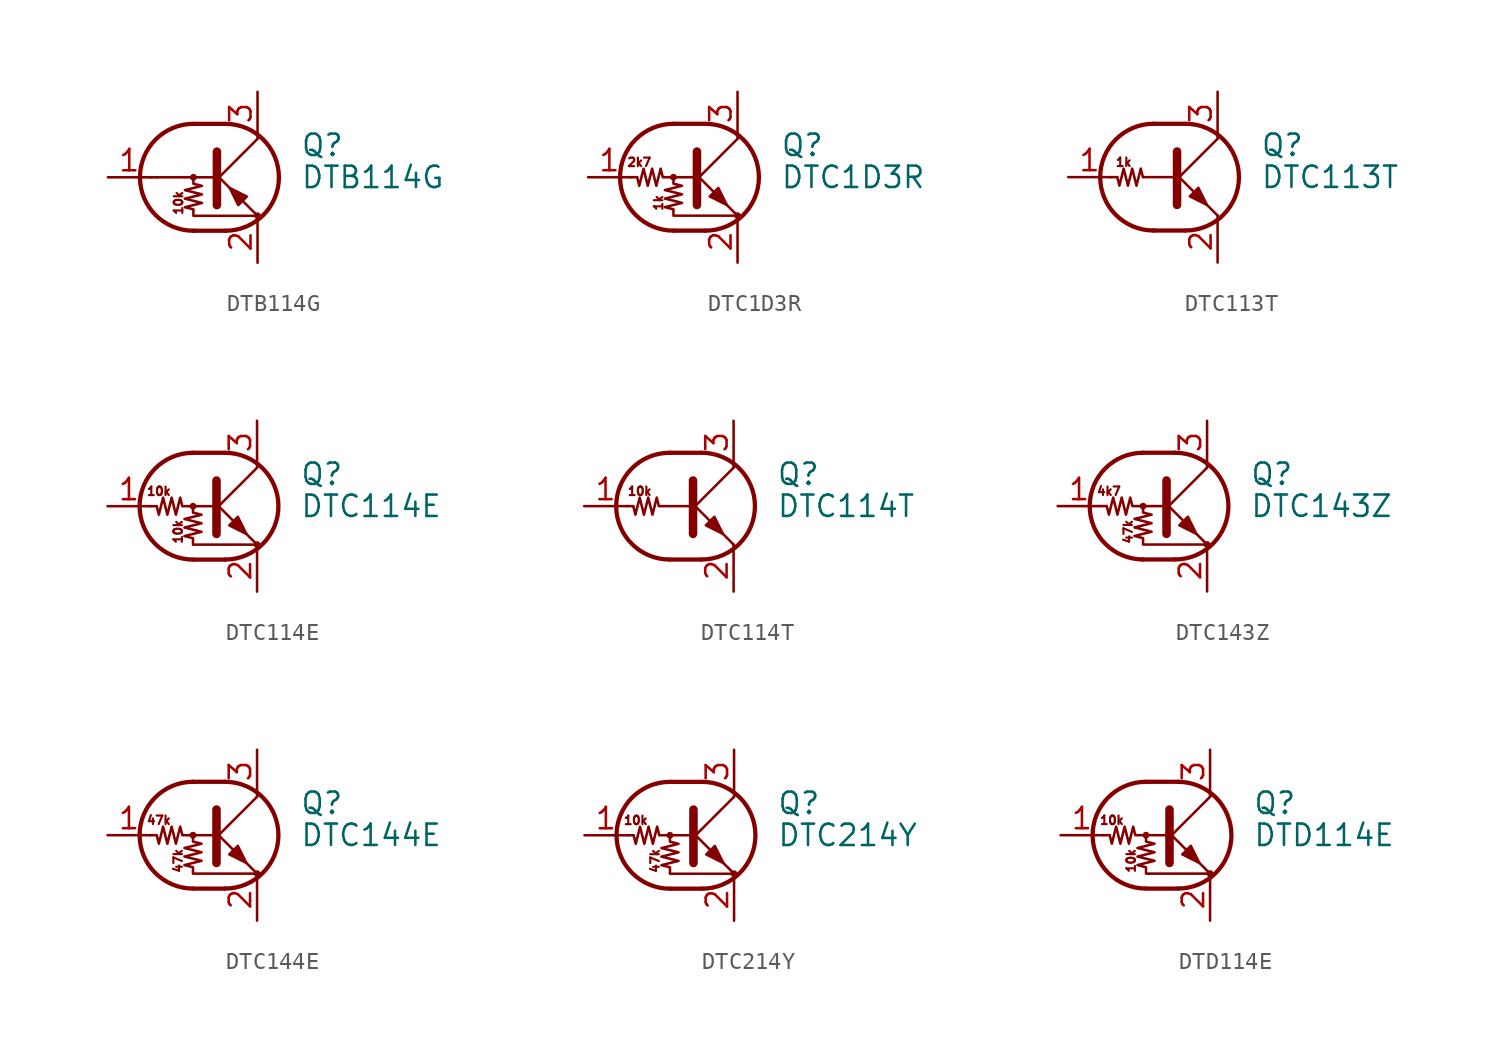
<source format=kicad_sym>
(kicad_symbol_lib
  (version 20220914)
  (generator kicad_symbol_editor)
  (symbol "DTB114G"
    (pin_names
      (offset 0) hide)
    (property "Reference" "Q"
      (at 5.08 1.905 0)
      (effects (font (size 1.27 1.27)) (justify left)))
    (property "Value" "DTB114G"
      (at 5.08 0 0)
      (effects (font (size 1.27 1.27)) (justify left)))
    (symbol "DTB114G_0_0"
      (polyline (pts (xy -3.429 0) (xy 0 0)) (stroke (width 0) (type default)) (fill (type none)))
      (text "10k" (at -2.159 -1.524 900) (effects (font (size 0.508 0.508)))))
    (symbol "DTB114G_0_1"
      (circle (center -1.27 0) (radius 0.127) (stroke (width 0) (type default)) (fill (type none)))
      (arc (start -1.27 3.175) (mid -4.4312 0) (end -1.27 -3.175) (stroke (width 0.254) (type default)) (fill (type none)))
      (polyline (pts (xy -3.429 0) (xy -3.81 0)) (stroke (width 0) (type default)) (fill (type none)))
      (polyline (pts (xy -1.27 -3.175) (xy 0.635 -3.175)) (stroke (width 0.254) (type default)) (fill (type none)))
      (polyline (pts (xy -1.27 3.175) (xy 0.635 3.175)) (stroke (width 0.254) (type default)) (fill (type none)))
      (polyline (pts (xy 0 -0.254) (xy 2.54 2.286)) (stroke (width 0) (type default)) (fill (type none)))
      (polyline (pts (xy 0.127 1.524) (xy 0.127 -1.651)) (stroke (width 0.508) (type default)) (fill (type outline)))
      (polyline (pts (xy 2.54 2.286) (xy 2.54 2.54)) (stroke (width 0) (type default)) (fill (type none)))
      (polyline (pts (xy 2.54 -2.286) (xy 0 0.254) (xy 0 0.254)) (stroke (width 0) (type default)) (fill (type none)))
      (polyline (pts (xy 1.397 -1.651) (xy 1.905 -1.143) (xy 0.889 -0.635) (xy 1.397 -1.651)) (stroke (width 0) (type default)) (fill (type outline)))
      (polyline (pts (xy -1.27 0) (xy -1.27 -0.381) (xy -0.762 -0.508) (xy -1.778 -0.762) (xy -0.762 -1.016) (xy -1.778 -1.27) (xy -0.762 -1.524) (xy -1.778 -1.778) (xy -1.27 -1.905) (xy -1.27 -2.286) (xy 2.54 -2.286)) (stroke (width 0) (type default)) (fill (type none)))
      (arc (start 0.635 -3.175) (mid 3.7962 0) (end 0.635 3.175) (stroke (width 0.254) (type default)) (fill (type none)))
      (circle (center 2.54 -2.286) (radius 0.127) (stroke (width 0) (type default)) (fill (type none))))
    (symbol "DTB114G_1_1"
      (pin input line (at -6.35 0 0) (length 2.54) (name "B" (effects (font (size 1.27 1.27)))) (number "1" (effects (font (size 1.27 1.27)))))
      (pin passive line (at 2.54 -5.08 90) (length 2.54) (name "E" (effects (font (size 1.27 1.27)))) (number "2" (effects (font (size 1.27 1.27)))))
      (pin passive line (at 2.54 5.08 270) (length 2.54) (name "C" (effects (font (size 1.27 1.27)))) (number "3" (effects (font (size 1.27 1.27)))))))
  (symbol "DTC1D3R"
    (pin_names
      (offset 0) hide)
    (property "Reference" "Q"
      (at 5.08 1.905 0)
      (effects (font (size 1.27 1.27)) (justify left)))
    (property "Value" "DTC1D3R"
      (at 5.08 0 0)
      (effects (font (size 1.27 1.27)) (justify left)))
    (symbol "DTC1D3R_0_0"
      (text "1k" (at -2.159 -1.524 900) (effects (font (size 0.508 0.508))))
      (text "2k7" (at -3.302 0.889 0) (effects (font (size 0.508 0.508)))))
    (symbol "DTC1D3R_0_1"
      (circle (center -1.27 0) (radius 0.127) (stroke (width 0) (type default)) (fill (type none)))
      (arc (start -1.27 3.175) (mid -4.4312 0) (end -1.27 -3.175) (stroke (width 0.254) (type default)) (fill (type none)))
      (polyline (pts (xy -3.429 0) (xy -3.81 0)) (stroke (width 0) (type default)) (fill (type none)))
      (polyline (pts (xy -1.27 -3.175) (xy 0.635 -3.175)) (stroke (width 0.254) (type default)) (fill (type none)))
      (polyline (pts (xy -1.27 3.175) (xy 0.635 3.175)) (stroke (width 0.254) (type default)) (fill (type none)))
      (polyline (pts (xy 0 -0.254) (xy 2.54 2.286)) (stroke (width 0) (type default)) (fill (type none)))
      (polyline (pts (xy 0.127 1.524) (xy 0.127 -1.651)) (stroke (width 0.508) (type default)) (fill (type outline)))
      (polyline (pts (xy 2.54 2.286) (xy 2.54 2.54)) (stroke (width 0) (type default)) (fill (type none)))
      (polyline (pts (xy 2.54 -2.286) (xy 0 0.254) (xy 0 0.254)) (stroke (width 0) (type default)) (fill (type none)))
      (polyline (pts (xy 0.889 -1.143) (xy 1.397 -0.635) (xy 1.905 -1.651) (xy 0.889 -1.143)) (stroke (width 0) (type default)) (fill (type outline)))
      (polyline (pts (xy 0 0) (xy -1.905 0) (xy -2.032 0.508) (xy -2.286 -0.508) (xy -2.54 0.508) (xy -2.794 -0.508) (xy -3.048 0.508) (xy -3.302 -0.508) (xy -3.429 0)) (stroke (width 0) (type default)) (fill (type none)))
      (polyline (pts (xy -1.27 0) (xy -1.27 -0.381) (xy -0.762 -0.508) (xy -1.778 -0.762) (xy -0.762 -1.016) (xy -1.778 -1.27) (xy -0.762 -1.524) (xy -1.778 -1.778) (xy -1.27 -1.905) (xy -1.27 -2.286) (xy 2.54 -2.286)) (stroke (width 0) (type default)) (fill (type none)))
      (arc (start 0.635 -3.175) (mid 3.7962 0) (end 0.635 3.175) (stroke (width 0.254) (type default)) (fill (type none)))
      (circle (center 2.54 -2.286) (radius 0.127) (stroke (width 0) (type default)) (fill (type none))))
    (symbol "DTC1D3R_1_1"
      (pin input line (at -6.35 0 0) (length 2.54) (name "B" (effects (font (size 1.27 1.27)))) (number "1" (effects (font (size 1.27 1.27)))))
      (pin passive line (at 2.54 -5.08 90) (length 2.54) (name "E" (effects (font (size 1.27 1.27)))) (number "2" (effects (font (size 1.27 1.27)))))
      (pin passive line (at 2.54 5.08 270) (length 2.54) (name "C" (effects (font (size 1.27 1.27)))) (number "3" (effects (font (size 1.27 1.27)))))))
  (symbol "DTC113T"
    (pin_names
      (offset 0) hide)
    (property "Reference" "Q"
      (at 5.08 1.905 0)
      (effects (font (size 1.27 1.27)) (justify left)))
    (property "Value" "DTC113T"
      (at 5.08 0 0)
      (effects (font (size 1.27 1.27)) (justify left)))
    (symbol "DTC113T_0_0"
      (polyline (pts (xy 2.54 -2.286) (xy 2.54 -2.54)) (stroke (width 0) (type default)) (fill (type none)))
      (text "1k" (at -3.048 0.889 0) (effects (font (size 0.508 0.508)))))
    (symbol "DTC113T_0_1"
      (arc (start -1.27 3.175) (mid -4.4312 0) (end -1.27 -3.175) (stroke (width 0.254) (type default)) (fill (type none)))
      (polyline (pts (xy -3.429 0) (xy -3.81 0)) (stroke (width 0) (type default)) (fill (type none)))
      (polyline (pts (xy -1.27 -3.175) (xy 0.635 -3.175)) (stroke (width 0.254) (type default)) (fill (type none)))
      (polyline (pts (xy -1.27 3.175) (xy 0.635 3.175)) (stroke (width 0.254) (type default)) (fill (type none)))
      (polyline (pts (xy 0 -0.254) (xy 2.54 2.286)) (stroke (width 0) (type default)) (fill (type none)))
      (polyline (pts (xy 0.127 1.524) (xy 0.127 -1.651)) (stroke (width 0.508) (type default)) (fill (type outline)))
      (polyline (pts (xy 2.54 2.286) (xy 2.54 2.54)) (stroke (width 0) (type default)) (fill (type none)))
      (polyline (pts (xy 2.54 -2.286) (xy 0 0.254) (xy 0 0.254)) (stroke (width 0) (type default)) (fill (type none)))
      (polyline (pts (xy 0.889 -1.143) (xy 1.397 -0.635) (xy 1.905 -1.651) (xy 0.889 -1.143)) (stroke (width 0) (type default)) (fill (type outline)))
      (polyline (pts (xy 0 0) (xy -1.905 0) (xy -2.032 0.508) (xy -2.286 -0.508) (xy -2.54 0.508) (xy -2.794 -0.508) (xy -3.048 0.508) (xy -3.302 -0.508) (xy -3.429 0)) (stroke (width 0) (type default)) (fill (type none)))
      (arc (start 0.635 -3.175) (mid 3.7962 0) (end 0.635 3.175) (stroke (width 0.254) (type default)) (fill (type none))))
    (symbol "DTC113T_1_1"
      (pin input line (at -6.35 0 0) (length 2.54) (name "B" (effects (font (size 1.27 1.27)))) (number "1" (effects (font (size 1.27 1.27)))))
      (pin passive line (at 2.54 -5.08 90) (length 2.54) (name "E" (effects (font (size 1.27 1.27)))) (number "2" (effects (font (size 1.27 1.27)))))
      (pin passive line (at 2.54 5.08 270) (length 2.54) (name "C" (effects (font (size 1.27 1.27)))) (number "3" (effects (font (size 1.27 1.27)))))))
  (symbol "DTC114E"
    (pin_names
      (offset 0) hide)
    (property "Reference" "Q"
      (at 5.08 1.905 0)
      (effects (font (size 1.27 1.27)) (justify left)))
    (property "Value" "DTC114E"
      (at 5.08 0 0)
      (effects (font (size 1.27 1.27)) (justify left)))
    (symbol "DTC114E_0_0"
      (text "10k" (at -3.302 0.889 0) (effects (font (size 0.508 0.508))))
      (text "10k" (at -2.159 -1.524 900) (effects (font (size 0.508 0.508)))))
    (symbol "DTC114E_0_1"
      (circle (center -1.27 0) (radius 0.127) (stroke (width 0) (type default)) (fill (type none)))
      (arc (start -1.27 3.175) (mid -4.4312 0) (end -1.27 -3.175) (stroke (width 0.254) (type default)) (fill (type none)))
      (polyline (pts (xy -3.429 0) (xy -3.81 0)) (stroke (width 0) (type default)) (fill (type none)))
      (polyline (pts (xy -1.27 -3.175) (xy 0.635 -3.175)) (stroke (width 0.254) (type default)) (fill (type none)))
      (polyline (pts (xy -1.27 3.175) (xy 0.635 3.175)) (stroke (width 0.254) (type default)) (fill (type none)))
      (polyline (pts (xy 0 -0.254) (xy 2.54 2.286)) (stroke (width 0) (type default)) (fill (type none)))
      (polyline (pts (xy 0.127 1.524) (xy 0.127 -1.651)) (stroke (width 0.508) (type default)) (fill (type outline)))
      (polyline (pts (xy 2.54 2.286) (xy 2.54 2.54)) (stroke (width 0) (type default)) (fill (type none)))
      (polyline (pts (xy 2.54 -2.286) (xy 0 0.254) (xy 0 0.254)) (stroke (width 0) (type default)) (fill (type none)))
      (polyline (pts (xy 0.889 -1.143) (xy 1.397 -0.635) (xy 1.905 -1.651) (xy 0.889 -1.143)) (stroke (width 0) (type default)) (fill (type outline)))
      (polyline (pts (xy 0 0) (xy -1.905 0) (xy -2.032 0.508) (xy -2.286 -0.508) (xy -2.54 0.508) (xy -2.794 -0.508) (xy -3.048 0.508) (xy -3.302 -0.508) (xy -3.429 0)) (stroke (width 0) (type default)) (fill (type none)))
      (polyline (pts (xy -1.27 0) (xy -1.27 -0.381) (xy -0.762 -0.508) (xy -1.778 -0.762) (xy -0.762 -1.016) (xy -1.778 -1.27) (xy -0.762 -1.524) (xy -1.778 -1.778) (xy -1.27 -1.905) (xy -1.27 -2.286) (xy 2.54 -2.286)) (stroke (width 0) (type default)) (fill (type none)))
      (arc (start 0.635 -3.175) (mid 3.7962 0) (end 0.635 3.175) (stroke (width 0.254) (type default)) (fill (type none)))
      (circle (center 2.54 -2.286) (radius 0.127) (stroke (width 0) (type default)) (fill (type none))))
    (symbol "DTC114E_1_1"
      (pin input line (at -6.35 0 0) (length 2.54) (name "B" (effects (font (size 1.27 1.27)))) (number "1" (effects (font (size 1.27 1.27)))))
      (pin passive line (at 2.54 -5.08 90) (length 2.54) (name "E" (effects (font (size 1.27 1.27)))) (number "2" (effects (font (size 1.27 1.27)))))
      (pin passive line (at 2.54 5.08 270) (length 2.54) (name "C" (effects (font (size 1.27 1.27)))) (number "3" (effects (font (size 1.27 1.27)))))))
  (symbol "DTC114T"
    (pin_names
      (offset 0) hide)
    (property "Reference" "Q"
      (at 5.08 1.905 0)
      (effects (font (size 1.27 1.27)) (justify left)))
    (property "Value" "DTC114T"
      (at 5.08 0 0)
      (effects (font (size 1.27 1.27)) (justify left)))
    (symbol "DTC114T_0_0"
      (polyline (pts (xy 2.54 -2.286) (xy 2.54 -2.54)) (stroke (width 0) (type default)) (fill (type none)))
      (text "10k" (at -3.048 0.889 0) (effects (font (size 0.508 0.508)))))
    (symbol "DTC114T_0_1"
      (arc (start -1.27 3.175) (mid -4.4312 0) (end -1.27 -3.175) (stroke (width 0.254) (type default)) (fill (type none)))
      (polyline (pts (xy -3.429 0) (xy -3.81 0)) (stroke (width 0) (type default)) (fill (type none)))
      (polyline (pts (xy -1.27 -3.175) (xy 0.635 -3.175)) (stroke (width 0.254) (type default)) (fill (type none)))
      (polyline (pts (xy -1.27 3.175) (xy 0.635 3.175)) (stroke (width 0.254) (type default)) (fill (type none)))
      (polyline (pts (xy 0 -0.254) (xy 2.54 2.286)) (stroke (width 0) (type default)) (fill (type none)))
      (polyline (pts (xy 0.127 1.524) (xy 0.127 -1.651)) (stroke (width 0.508) (type default)) (fill (type outline)))
      (polyline (pts (xy 2.54 2.286) (xy 2.54 2.54)) (stroke (width 0) (type default)) (fill (type none)))
      (polyline (pts (xy 2.54 -2.286) (xy 0 0.254) (xy 0 0.254)) (stroke (width 0) (type default)) (fill (type none)))
      (polyline (pts (xy 0.889 -1.143) (xy 1.397 -0.635) (xy 1.905 -1.651) (xy 0.889 -1.143)) (stroke (width 0) (type default)) (fill (type outline)))
      (polyline (pts (xy 0 0) (xy -1.905 0) (xy -2.032 0.508) (xy -2.286 -0.508) (xy -2.54 0.508) (xy -2.794 -0.508) (xy -3.048 0.508) (xy -3.302 -0.508) (xy -3.429 0)) (stroke (width 0) (type default)) (fill (type none)))
      (arc (start 0.635 -3.175) (mid 3.7962 0) (end 0.635 3.175) (stroke (width 0.254) (type default)) (fill (type none))))
    (symbol "DTC114T_1_1"
      (pin input line (at -6.35 0 0) (length 2.54) (name "B" (effects (font (size 1.27 1.27)))) (number "1" (effects (font (size 1.27 1.27)))))
      (pin passive line (at 2.54 -5.08 90) (length 2.54) (name "E" (effects (font (size 1.27 1.27)))) (number "2" (effects (font (size 1.27 1.27)))))
      (pin passive line (at 2.54 5.08 270) (length 2.54) (name "C" (effects (font (size 1.27 1.27)))) (number "3" (effects (font (size 1.27 1.27)))))))
  (symbol "DTC143Z"
    (pin_names
      (offset 0) hide)
    (property "Reference" "Q"
      (at 5.08 1.905 0)
      (effects (font (size 1.27 1.27)) (justify left)))
    (property "Value" "DTC143Z"
      (at 5.08 0 0)
      (effects (font (size 1.27 1.27)) (justify left)))
    (symbol "DTC143Z_0_0"
      (text "47k" (at -2.159 -1.524 900) (effects (font (size 0.508 0.508))))
      (text "4k7" (at -3.302 0.889 0) (effects (font (size 0.508 0.508)))))
    (symbol "DTC143Z_0_1"
      (circle (center -1.27 0) (radius 0.127) (stroke (width 0) (type default)) (fill (type none)))
      (arc (start -1.27 3.175) (mid -4.4312 0) (end -1.27 -3.175) (stroke (width 0.254) (type default)) (fill (type none)))
      (polyline (pts (xy -3.429 0) (xy -3.81 0)) (stroke (width 0) (type default)) (fill (type none)))
      (polyline (pts (xy -1.27 -3.175) (xy 0.635 -3.175)) (stroke (width 0.254) (type default)) (fill (type none)))
      (polyline (pts (xy -1.27 3.175) (xy 0.635 3.175)) (stroke (width 0.254) (type default)) (fill (type none)))
      (polyline (pts (xy 0 -0.254) (xy 2.54 2.286)) (stroke (width 0) (type default)) (fill (type none)))
      (polyline (pts (xy 0.127 1.524) (xy 0.127 -1.651)) (stroke (width 0.508) (type default)) (fill (type outline)))
      (polyline (pts (xy 2.54 2.286) (xy 2.54 2.54)) (stroke (width 0) (type default)) (fill (type none)))
      (polyline (pts (xy 2.54 -2.286) (xy 0 0.254) (xy 0 0.254)) (stroke (width 0) (type default)) (fill (type none)))
      (polyline (pts (xy 0.889 -1.143) (xy 1.397 -0.635) (xy 1.905 -1.651) (xy 0.889 -1.143)) (stroke (width 0) (type default)) (fill (type outline)))
      (polyline (pts (xy 0 0) (xy -1.905 0) (xy -2.032 0.508) (xy -2.286 -0.508) (xy -2.54 0.508) (xy -2.794 -0.508) (xy -3.048 0.508) (xy -3.302 -0.508) (xy -3.429 0)) (stroke (width 0) (type default)) (fill (type none)))
      (polyline (pts (xy -1.27 0) (xy -1.27 -0.381) (xy -0.762 -0.508) (xy -1.778 -0.762) (xy -0.762 -1.016) (xy -1.778 -1.27) (xy -0.762 -1.524) (xy -1.778 -1.778) (xy -1.27 -1.905) (xy -1.27 -2.286) (xy 2.54 -2.286)) (stroke (width 0) (type default)) (fill (type none)))
      (arc (start 0.635 -3.175) (mid 3.7962 0) (end 0.635 3.175) (stroke (width 0.254) (type default)) (fill (type none)))
      (circle (center 2.54 -2.286) (radius 0.127) (stroke (width 0) (type default)) (fill (type none))))
    (symbol "DTC143Z_1_1"
      (pin input line (at -6.35 0 0) (length 2.54) (name "B" (effects (font (size 1.27 1.27)))) (number "1" (effects (font (size 1.27 1.27)))))
      (pin passive line (at 2.54 -5.08 90) (length 2.54) (name "E" (effects (font (size 1.27 1.27)))) (number "2" (effects (font (size 1.27 1.27)))))
      (pin passive line (at 2.54 5.08 270) (length 2.54) (name "C" (effects (font (size 1.27 1.27)))) (number "3" (effects (font (size 1.27 1.27)))))))
  (symbol "DTC144E"
    (pin_names
      (offset 0) hide)
    (property "Reference" "Q"
      (at 5.08 1.905 0)
      (effects (font (size 1.27 1.27)) (justify left)))
    (property "Value" "DTC144E"
      (at 5.08 0 0)
      (effects (font (size 1.27 1.27)) (justify left)))
    (symbol "DTC144E_0_0"
      (text "47k" (at -3.302 0.889 0) (effects (font (size 0.508 0.508))))
      (text "47k" (at -2.159 -1.524 900) (effects (font (size 0.508 0.508)))))
    (symbol "DTC144E_0_1"
      (circle (center -1.27 0) (radius 0.127) (stroke (width 0) (type default)) (fill (type none)))
      (arc (start -1.27 3.175) (mid -4.4312 0) (end -1.27 -3.175) (stroke (width 0.254) (type default)) (fill (type none)))
      (polyline (pts (xy -3.429 0) (xy -3.81 0)) (stroke (width 0) (type default)) (fill (type none)))
      (polyline (pts (xy -1.27 -3.175) (xy 0.635 -3.175)) (stroke (width 0.254) (type default)) (fill (type none)))
      (polyline (pts (xy -1.27 3.175) (xy 0.635 3.175)) (stroke (width 0.254) (type default)) (fill (type none)))
      (polyline (pts (xy 0 -0.254) (xy 2.54 2.286)) (stroke (width 0) (type default)) (fill (type none)))
      (polyline (pts (xy 0.127 1.524) (xy 0.127 -1.651)) (stroke (width 0.508) (type default)) (fill (type outline)))
      (polyline (pts (xy 2.54 2.286) (xy 2.54 2.54)) (stroke (width 0) (type default)) (fill (type none)))
      (polyline (pts (xy 2.54 -2.286) (xy 0 0.254) (xy 0 0.254)) (stroke (width 0) (type default)) (fill (type none)))
      (polyline (pts (xy 0.889 -1.143) (xy 1.397 -0.635) (xy 1.905 -1.651) (xy 0.889 -1.143)) (stroke (width 0) (type default)) (fill (type outline)))
      (polyline (pts (xy 0 0) (xy -1.905 0) (xy -2.032 0.508) (xy -2.286 -0.508) (xy -2.54 0.508) (xy -2.794 -0.508) (xy -3.048 0.508) (xy -3.302 -0.508) (xy -3.429 0)) (stroke (width 0) (type default)) (fill (type none)))
      (polyline (pts (xy -1.27 0) (xy -1.27 -0.381) (xy -0.762 -0.508) (xy -1.778 -0.762) (xy -0.762 -1.016) (xy -1.778 -1.27) (xy -0.762 -1.524) (xy -1.778 -1.778) (xy -1.27 -1.905) (xy -1.27 -2.286) (xy 2.54 -2.286)) (stroke (width 0) (type default)) (fill (type none)))
      (arc (start 0.635 -3.175) (mid 3.7962 0) (end 0.635 3.175) (stroke (width 0.254) (type default)) (fill (type none)))
      (circle (center 2.54 -2.286) (radius 0.127) (stroke (width 0) (type default)) (fill (type none))))
    (symbol "DTC144E_1_1"
      (pin input line (at -6.35 0 0) (length 2.54) (name "B" (effects (font (size 1.27 1.27)))) (number "1" (effects (font (size 1.27 1.27)))))
      (pin passive line (at 2.54 -5.08 90) (length 2.54) (name "E" (effects (font (size 1.27 1.27)))) (number "2" (effects (font (size 1.27 1.27)))))
      (pin passive line (at 2.54 5.08 270) (length 2.54) (name "C" (effects (font (size 1.27 1.27)))) (number "3" (effects (font (size 1.27 1.27)))))))
  (symbol "DTC214Y"
    (pin_names
      (offset 0) hide)
    (property "Reference" "Q"
      (at 5.08 1.905 0)
      (effects (font (size 1.27 1.27)) (justify left)))
    (property "Value" "DTC214Y"
      (at 5.08 0 0)
      (effects (font (size 1.27 1.27)) (justify left)))
    (symbol "DTC214Y_0_0"
      (text "10k" (at -3.302 0.889 0) (effects (font (size 0.508 0.508))))
      (text "47k" (at -2.159 -1.524 900) (effects (font (size 0.508 0.508)))))
    (symbol "DTC214Y_0_1"
      (circle (center -1.27 0) (radius 0.127) (stroke (width 0) (type default)) (fill (type none)))
      (arc (start -1.27 3.175) (mid -4.4312 0) (end -1.27 -3.175) (stroke (width 0.254) (type default)) (fill (type none)))
      (polyline (pts (xy -3.429 0) (xy -3.81 0)) (stroke (width 0) (type default)) (fill (type none)))
      (polyline (pts (xy -1.27 -3.175) (xy 0.635 -3.175)) (stroke (width 0.254) (type default)) (fill (type none)))
      (polyline (pts (xy -1.27 3.175) (xy 0.635 3.175)) (stroke (width 0.254) (type default)) (fill (type none)))
      (polyline (pts (xy 0 -0.254) (xy 2.54 2.286)) (stroke (width 0) (type default)) (fill (type none)))
      (polyline (pts (xy 0.127 1.524) (xy 0.127 -1.651)) (stroke (width 0.508) (type default)) (fill (type outline)))
      (polyline (pts (xy 2.54 2.286) (xy 2.54 2.54)) (stroke (width 0) (type default)) (fill (type none)))
      (polyline (pts (xy 2.54 -2.286) (xy 0 0.254) (xy 0 0.254)) (stroke (width 0) (type default)) (fill (type none)))
      (polyline (pts (xy 0.889 -1.143) (xy 1.397 -0.635) (xy 1.905 -1.651) (xy 0.889 -1.143)) (stroke (width 0) (type default)) (fill (type outline)))
      (polyline (pts (xy 0 0) (xy -1.905 0) (xy -2.032 0.508) (xy -2.286 -0.508) (xy -2.54 0.508) (xy -2.794 -0.508) (xy -3.048 0.508) (xy -3.302 -0.508) (xy -3.429 0)) (stroke (width 0) (type default)) (fill (type none)))
      (polyline (pts (xy -1.27 0) (xy -1.27 -0.381) (xy -0.762 -0.508) (xy -1.778 -0.762) (xy -0.762 -1.016) (xy -1.778 -1.27) (xy -0.762 -1.524) (xy -1.778 -1.778) (xy -1.27 -1.905) (xy -1.27 -2.286) (xy 2.54 -2.286)) (stroke (width 0) (type default)) (fill (type none)))
      (arc (start 0.635 -3.175) (mid 3.7962 0) (end 0.635 3.175) (stroke (width 0.254) (type default)) (fill (type none)))
      (circle (center 2.54 -2.286) (radius 0.127) (stroke (width 0) (type default)) (fill (type none))))
    (symbol "DTC214Y_1_1"
      (pin input line (at -6.35 0 0) (length 2.54) (name "B" (effects (font (size 1.27 1.27)))) (number "1" (effects (font (size 1.27 1.27)))))
      (pin passive line (at 2.54 -5.08 90) (length 2.54) (name "E" (effects (font (size 1.27 1.27)))) (number "2" (effects (font (size 1.27 1.27)))))
      (pin passive line (at 2.54 5.08 270) (length 2.54) (name "C" (effects (font (size 1.27 1.27)))) (number "3" (effects (font (size 1.27 1.27)))))))
  (symbol "DTD114E"
    (pin_names
      (offset 0) hide)
    (property "Reference" "Q"
      (at 5.08 1.905 0)
      (effects (font (size 1.27 1.27)) (justify left)))
    (property "Value" "DTD114E"
      (at 5.08 0 0)
      (effects (font (size 1.27 1.27)) (justify left)))
    (symbol "DTD114E_0_0"
      (text "10k" (at -3.302 0.889 0) (effects (font (size 0.508 0.508))))
      (text "10k" (at -2.159 -1.524 900) (effects (font (size 0.508 0.508)))))
    (symbol "DTD114E_0_1"
      (circle (center -1.27 0) (radius 0.127) (stroke (width 0) (type default)) (fill (type none)))
      (arc (start -1.27 3.175) (mid -4.4312 0) (end -1.27 -3.175) (stroke (width 0.254) (type default)) (fill (type none)))
      (polyline (pts (xy -3.429 0) (xy -3.81 0)) (stroke (width 0) (type default)) (fill (type none)))
      (polyline (pts (xy -1.27 -3.175) (xy 0.635 -3.175)) (stroke (width 0.254) (type default)) (fill (type none)))
      (polyline (pts (xy -1.27 3.175) (xy 0.635 3.175)) (stroke (width 0.254) (type default)) (fill (type none)))
      (polyline (pts (xy 0 -0.254) (xy 2.54 2.286)) (stroke (width 0) (type default)) (fill (type none)))
      (polyline (pts (xy 0.127 1.524) (xy 0.127 -1.651)) (stroke (width 0.508) (type default)) (fill (type outline)))
      (polyline (pts (xy 2.54 2.286) (xy 2.54 2.54)) (stroke (width 0) (type default)) (fill (type none)))
      (polyline (pts (xy 2.54 -2.286) (xy 0 0.254) (xy 0 0.254)) (stroke (width 0) (type default)) (fill (type none)))
      (polyline (pts (xy 0.889 -1.143) (xy 1.397 -0.635) (xy 1.905 -1.651) (xy 0.889 -1.143)) (stroke (width 0) (type default)) (fill (type outline)))
      (polyline (pts (xy 0 0) (xy -1.905 0) (xy -2.032 0.508) (xy -2.286 -0.508) (xy -2.54 0.508) (xy -2.794 -0.508) (xy -3.048 0.508) (xy -3.302 -0.508) (xy -3.429 0)) (stroke (width 0) (type default)) (fill (type none)))
      (polyline (pts (xy -1.27 0) (xy -1.27 -0.381) (xy -0.762 -0.508) (xy -1.778 -0.762) (xy -0.762 -1.016) (xy -1.778 -1.27) (xy -0.762 -1.524) (xy -1.778 -1.778) (xy -1.27 -1.905) (xy -1.27 -2.286) (xy 2.54 -2.286)) (stroke (width 0) (type default)) (fill (type none)))
      (arc (start 0.635 -3.175) (mid 3.7962 0) (end 0.635 3.175) (stroke (width 0.254) (type default)) (fill (type none)))
      (circle (center 2.54 -2.286) (radius 0.127) (stroke (width 0) (type default)) (fill (type none))))
    (symbol "DTD114E_1_1"
      (pin input line (at -6.35 0 0) (length 2.54) (name "B" (effects (font (size 1.27 1.27)))) (number "1" (effects (font (size 1.27 1.27)))))
      (pin passive line (at 2.54 -5.08 90) (length 2.54) (name "E" (effects (font (size 1.27 1.27)))) (number "2" (effects (font (size 1.27 1.27)))))
      (pin passive line (at 2.54 5.08 270) (length 2.54) (name "C" (effects (font (size 1.27 1.27)))) (number "3" (effects (font (size 1.27 1.27))))))))
</source>
